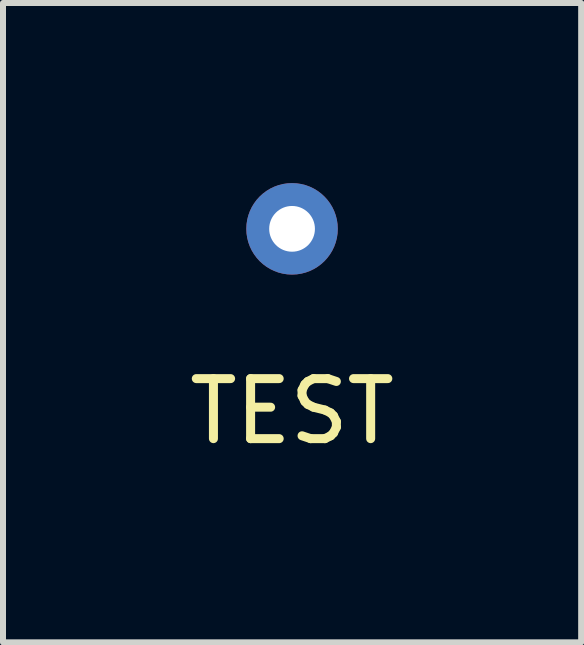
<source format=kicad_pcb>
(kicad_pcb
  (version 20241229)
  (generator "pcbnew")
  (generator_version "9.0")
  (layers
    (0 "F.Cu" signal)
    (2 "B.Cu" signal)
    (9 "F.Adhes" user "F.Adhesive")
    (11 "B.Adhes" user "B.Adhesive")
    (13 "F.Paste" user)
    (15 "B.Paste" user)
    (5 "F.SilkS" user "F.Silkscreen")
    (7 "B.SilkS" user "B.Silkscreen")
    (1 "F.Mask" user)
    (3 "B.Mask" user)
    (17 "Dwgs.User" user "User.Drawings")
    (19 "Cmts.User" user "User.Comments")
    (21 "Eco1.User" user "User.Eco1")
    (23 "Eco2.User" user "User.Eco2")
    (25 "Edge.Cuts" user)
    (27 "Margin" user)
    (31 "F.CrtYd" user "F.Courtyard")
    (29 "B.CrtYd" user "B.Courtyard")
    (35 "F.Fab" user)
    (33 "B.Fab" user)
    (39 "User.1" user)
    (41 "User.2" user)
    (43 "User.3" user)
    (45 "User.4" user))
  (footprint "TEST"
    (layer "F.Cu")
    (at 1.815 3.302)
    (property "Reference" "TEST" (at 0 0.5 0) (layer "F.SilkS") (effects (font (size 1 1) (thickness 0.15))))
    (attr through_hole)
    (pad "1" thru_hole circle (at 0 -2.54) (size 1.524 1.524) (drill 0.762) (layers "*.Cu" "*.Mask")))
  (gr_rect
    (start -3 -3)
    (end 6.631 7.65)
    (stroke (width 0.1) (type default))
    (fill no)
    (layer "Edge.Cuts")))
</source>
